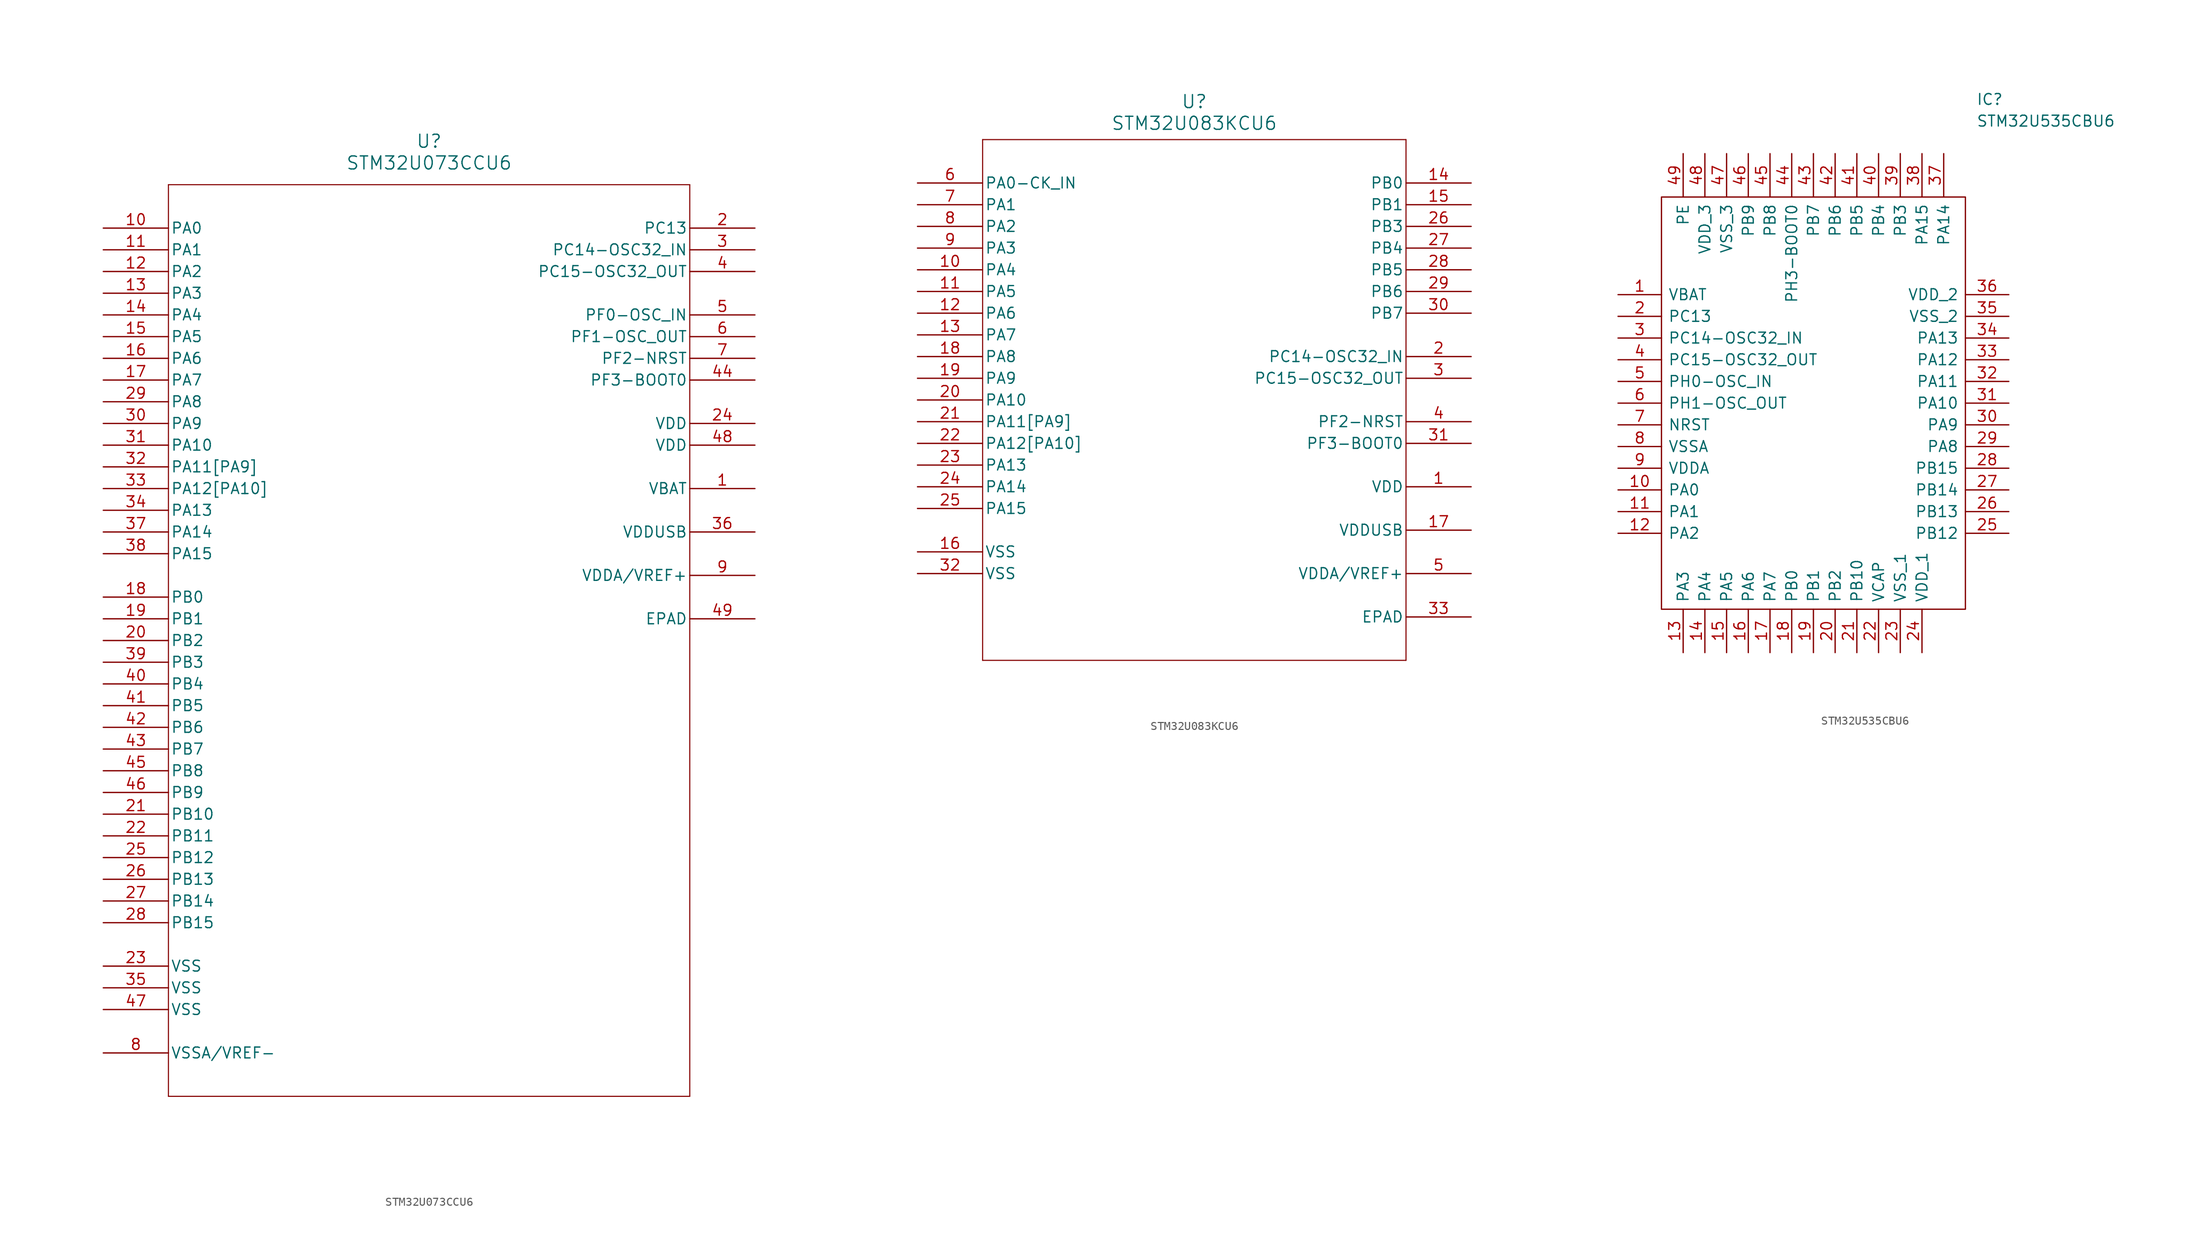
<source format=kicad_sym>
(kicad_symbol_lib
  (version 20241209)
  (generator "kicad_symbol_editor")
  (generator_version "9.0")
  (symbol "STM32U073CCU6"
    (pin_names
      (offset 0.254))
    (property "Reference" "U"
      (at 38.1 10.16 0)
      (effects (font (size 1.524 1.524))))
    (property "Value" "STM32U073CCU6"
      (at 38.1 7.62 0)
      (effects (font (size 1.524 1.524))))
    (symbol "STM32U073CCU6_0_1"
      (polyline (pts (xy 7.62 5.08) (xy 7.62 -101.6)) (stroke (width 0.127) (type default)) (fill (type none)))
      (polyline (pts (xy 7.62 -101.6) (xy 68.58 -101.6)) (stroke (width 0.127) (type default)) (fill (type none)))
      (polyline (pts (xy 68.58 5.08) (xy 7.62 5.08)) (stroke (width 0.127) (type default)) (fill (type none)))
      (polyline (pts (xy 68.58 -101.6) (xy 68.58 5.08)) (stroke (width 0.127) (type default)) (fill (type none)))
      (pin bidirectional line (at 0 0 0) (length 7.62) (name "PA0" (effects (font (size 1.27 1.27)))) (number "10" (effects (font (size 1.27 1.27)))))
      (pin bidirectional line (at 0 -2.54 0) (length 7.62) (name "PA1" (effects (font (size 1.27 1.27)))) (number "11" (effects (font (size 1.27 1.27)))))
      (pin bidirectional line (at 0 -5.08 0) (length 7.62) (name "PA2" (effects (font (size 1.27 1.27)))) (number "12" (effects (font (size 1.27 1.27)))))
      (pin bidirectional line (at 0 -7.62 0) (length 7.62) (name "PA3" (effects (font (size 1.27 1.27)))) (number "13" (effects (font (size 1.27 1.27)))))
      (pin bidirectional line (at 0 -10.16 0) (length 7.62) (name "PA4" (effects (font (size 1.27 1.27)))) (number "14" (effects (font (size 1.27 1.27)))))
      (pin bidirectional line (at 0 -12.7 0) (length 7.62) (name "PA5" (effects (font (size 1.27 1.27)))) (number "15" (effects (font (size 1.27 1.27)))))
      (pin bidirectional line (at 0 -15.24 0) (length 7.62) (name "PA6" (effects (font (size 1.27 1.27)))) (number "16" (effects (font (size 1.27 1.27)))))
      (pin bidirectional line (at 0 -17.78 0) (length 7.62) (name "PA7" (effects (font (size 1.27 1.27)))) (number "17" (effects (font (size 1.27 1.27)))))
      (pin bidirectional line (at 0 -20.32 0) (length 7.62) (name "PA8" (effects (font (size 1.27 1.27)))) (number "29" (effects (font (size 1.27 1.27)))))
      (pin bidirectional line (at 0 -22.86 0) (length 7.62) (name "PA9" (effects (font (size 1.27 1.27)))) (number "30" (effects (font (size 1.27 1.27)))))
      (pin bidirectional line (at 0 -25.4 0) (length 7.62) (name "PA10" (effects (font (size 1.27 1.27)))) (number "31" (effects (font (size 1.27 1.27)))))
      (pin bidirectional line (at 0 -27.94 0) (length 7.62) (name "PA11[PA9]" (effects (font (size 1.27 1.27)))) (number "32" (effects (font (size 1.27 1.27)))))
      (pin bidirectional line (at 0 -30.48 0) (length 7.62) (name "PA12[PA10]" (effects (font (size 1.27 1.27)))) (number "33" (effects (font (size 1.27 1.27)))))
      (pin bidirectional line (at 0 -33.02 0) (length 7.62) (name "PA13" (effects (font (size 1.27 1.27)))) (number "34" (effects (font (size 1.27 1.27)))))
      (pin bidirectional line (at 0 -35.56 0) (length 7.62) (name "PA14" (effects (font (size 1.27 1.27)))) (number "37" (effects (font (size 1.27 1.27)))))
      (pin bidirectional line (at 0 -38.1 0) (length 7.62) (name "PA15" (effects (font (size 1.27 1.27)))) (number "38" (effects (font (size 1.27 1.27)))))
      (pin bidirectional line (at 0 -43.18 0) (length 7.62) (name "PB0" (effects (font (size 1.27 1.27)))) (number "18" (effects (font (size 1.27 1.27)))))
      (pin bidirectional line (at 0 -45.72 0) (length 7.62) (name "PB1" (effects (font (size 1.27 1.27)))) (number "19" (effects (font (size 1.27 1.27)))))
      (pin bidirectional line (at 0 -48.26 0) (length 7.62) (name "PB2" (effects (font (size 1.27 1.27)))) (number "20" (effects (font (size 1.27 1.27)))))
      (pin bidirectional line (at 0 -50.8 0) (length 7.62) (name "PB3" (effects (font (size 1.27 1.27)))) (number "39" (effects (font (size 1.27 1.27)))))
      (pin bidirectional line (at 0 -53.34 0) (length 7.62) (name "PB4" (effects (font (size 1.27 1.27)))) (number "40" (effects (font (size 1.27 1.27)))))
      (pin bidirectional line (at 0 -55.88 0) (length 7.62) (name "PB5" (effects (font (size 1.27 1.27)))) (number "41" (effects (font (size 1.27 1.27)))))
      (pin bidirectional line (at 0 -58.42 0) (length 7.62) (name "PB6" (effects (font (size 1.27 1.27)))) (number "42" (effects (font (size 1.27 1.27)))))
      (pin bidirectional line (at 0 -60.96 0) (length 7.62) (name "PB7" (effects (font (size 1.27 1.27)))) (number "43" (effects (font (size 1.27 1.27)))))
      (pin bidirectional line (at 0 -63.5 0) (length 7.62) (name "PB8" (effects (font (size 1.27 1.27)))) (number "45" (effects (font (size 1.27 1.27)))))
      (pin bidirectional line (at 0 -66.04 0) (length 7.62) (name "PB9" (effects (font (size 1.27 1.27)))) (number "46" (effects (font (size 1.27 1.27)))))
      (pin bidirectional line (at 0 -68.58 0) (length 7.62) (name "PB10" (effects (font (size 1.27 1.27)))) (number "21" (effects (font (size 1.27 1.27)))))
      (pin bidirectional line (at 0 -71.12 0) (length 7.62) (name "PB11" (effects (font (size 1.27 1.27)))) (number "22" (effects (font (size 1.27 1.27)))))
      (pin bidirectional line (at 0 -73.66 0) (length 7.62) (name "PB12" (effects (font (size 1.27 1.27)))) (number "25" (effects (font (size 1.27 1.27)))))
      (pin bidirectional line (at 0 -76.2 0) (length 7.62) (name "PB13" (effects (font (size 1.27 1.27)))) (number "26" (effects (font (size 1.27 1.27)))))
      (pin bidirectional line (at 0 -78.74 0) (length 7.62) (name "PB14" (effects (font (size 1.27 1.27)))) (number "27" (effects (font (size 1.27 1.27)))))
      (pin bidirectional line (at 0 -81.28 0) (length 7.62) (name "PB15" (effects (font (size 1.27 1.27)))) (number "28" (effects (font (size 1.27 1.27)))))
      (pin power_in line (at 0 -86.36 0) (length 7.62) (name "VSS" (effects (font (size 1.27 1.27)))) (number "23" (effects (font (size 1.27 1.27)))))
      (pin power_in line (at 0 -88.9 0) (length 7.62) (name "VSS" (effects (font (size 1.27 1.27)))) (number "35" (effects (font (size 1.27 1.27)))))
      (pin power_in line (at 0 -91.44 0) (length 7.62) (name "VSS" (effects (font (size 1.27 1.27)))) (number "47" (effects (font (size 1.27 1.27)))))
      (pin power_in line (at 0 -96.52 0) (length 7.62) (name "VSSA/VREF-" (effects (font (size 1.27 1.27)))) (number "8" (effects (font (size 1.27 1.27)))))
      (pin bidirectional line (at 76.2 0 180) (length 7.62) (name "PC13" (effects (font (size 1.27 1.27)))) (number "2" (effects (font (size 1.27 1.27)))))
      (pin bidirectional line (at 76.2 -2.54 180) (length 7.62) (name "PC14-OSC32_IN" (effects (font (size 1.27 1.27)))) (number "3" (effects (font (size 1.27 1.27)))))
      (pin bidirectional line (at 76.2 -5.08 180) (length 7.62) (name "PC15-OSC32_OUT" (effects (font (size 1.27 1.27)))) (number "4" (effects (font (size 1.27 1.27)))))
      (pin bidirectional line (at 76.2 -10.16 180) (length 7.62) (name "PF0-OSC_IN" (effects (font (size 1.27 1.27)))) (number "5" (effects (font (size 1.27 1.27)))))
      (pin bidirectional line (at 76.2 -12.7 180) (length 7.62) (name "PF1-OSC_OUT" (effects (font (size 1.27 1.27)))) (number "6" (effects (font (size 1.27 1.27)))))
      (pin bidirectional line (at 76.2 -15.24 180) (length 7.62) (name "PF2-NRST" (effects (font (size 1.27 1.27)))) (number "7" (effects (font (size 1.27 1.27)))))
      (pin bidirectional line (at 76.2 -17.78 180) (length 7.62) (name "PF3-BOOT0" (effects (font (size 1.27 1.27)))) (number "44" (effects (font (size 1.27 1.27)))))
      (pin power_in line (at 76.2 -22.86 180) (length 7.62) (name "VDD" (effects (font (size 1.27 1.27)))) (number "24" (effects (font (size 1.27 1.27)))))
      (pin power_in line (at 76.2 -25.4 180) (length 7.62) (name "VDD" (effects (font (size 1.27 1.27)))) (number "48" (effects (font (size 1.27 1.27)))))
      (pin power_in line (at 76.2 -30.48 180) (length 7.62) (name "VBAT" (effects (font (size 1.27 1.27)))) (number "1" (effects (font (size 1.27 1.27)))))
      (pin power_in line (at 76.2 -35.56 180) (length 7.62) (name "VDDUSB" (effects (font (size 1.27 1.27)))) (number "36" (effects (font (size 1.27 1.27)))))
      (pin power_in line (at 76.2 -40.64 180) (length 7.62) (name "VDDA/VREF+" (effects (font (size 1.27 1.27)))) (number "9" (effects (font (size 1.27 1.27)))))
      (pin unspecified line (at 76.2 -45.72 180) (length 7.62) (name "EPAD" (effects (font (size 1.27 1.27)))) (number "49" (effects (font (size 1.27 1.27)))))))
  (symbol "STM32U083KCU6"
    (pin_names
      (offset 0.254))
    (property "Reference" "U"
      (at 32.385 9.525 0)
      (effects (font (size 1.524 1.524))))
    (property "Value" "STM32U083KCU6"
      (at 32.385 6.985 0)
      (effects (font (size 1.524 1.524))))
    (symbol "STM32U083KCU6_0_1"
      (polyline (pts (xy 7.62 5.08) (xy 7.62 -55.88)) (stroke (width 0.127) (type default)) (fill (type none)))
      (polyline (pts (xy 7.62 -55.88) (xy 57.15 -55.88)) (stroke (width 0.127) (type default)) (fill (type none)))
      (polyline (pts (xy 57.15 5.08) (xy 7.62 5.08)) (stroke (width 0.127) (type default)) (fill (type none)))
      (polyline (pts (xy 57.15 -55.88) (xy 57.15 5.08)) (stroke (width 0.127) (type default)) (fill (type none)))
      (pin bidirectional line (at 0 0 0) (length 7.62) (name "PA0-CK_IN" (effects (font (size 1.27 1.27)))) (number "6" (effects (font (size 1.27 1.27)))))
      (pin bidirectional line (at 0 -2.54 0) (length 7.62) (name "PA1" (effects (font (size 1.27 1.27)))) (number "7" (effects (font (size 1.27 1.27)))))
      (pin bidirectional line (at 0 -5.08 0) (length 7.62) (name "PA2" (effects (font (size 1.27 1.27)))) (number "8" (effects (font (size 1.27 1.27)))))
      (pin bidirectional line (at 0 -7.62 0) (length 7.62) (name "PA3" (effects (font (size 1.27 1.27)))) (number "9" (effects (font (size 1.27 1.27)))))
      (pin bidirectional line (at 0 -10.16 0) (length 7.62) (name "PA4" (effects (font (size 1.27 1.27)))) (number "10" (effects (font (size 1.27 1.27)))))
      (pin bidirectional line (at 0 -12.7 0) (length 7.62) (name "PA5" (effects (font (size 1.27 1.27)))) (number "11" (effects (font (size 1.27 1.27)))))
      (pin bidirectional line (at 0 -15.24 0) (length 7.62) (name "PA6" (effects (font (size 1.27 1.27)))) (number "12" (effects (font (size 1.27 1.27)))))
      (pin bidirectional line (at 0 -17.78 0) (length 7.62) (name "PA7" (effects (font (size 1.27 1.27)))) (number "13" (effects (font (size 1.27 1.27)))))
      (pin bidirectional line (at 0 -20.32 0) (length 7.62) (name "PA8" (effects (font (size 1.27 1.27)))) (number "18" (effects (font (size 1.27 1.27)))))
      (pin bidirectional line (at 0 -22.86 0) (length 7.62) (name "PA9" (effects (font (size 1.27 1.27)))) (number "19" (effects (font (size 1.27 1.27)))))
      (pin bidirectional line (at 0 -25.4 0) (length 7.62) (name "PA10" (effects (font (size 1.27 1.27)))) (number "20" (effects (font (size 1.27 1.27)))))
      (pin bidirectional line (at 0 -27.94 0) (length 7.62) (name "PA11[PA9]" (effects (font (size 1.27 1.27)))) (number "21" (effects (font (size 1.27 1.27)))))
      (pin bidirectional line (at 0 -30.48 0) (length 7.62) (name "PA12[PA10]" (effects (font (size 1.27 1.27)))) (number "22" (effects (font (size 1.27 1.27)))))
      (pin bidirectional line (at 0 -33.02 0) (length 7.62) (name "PA13" (effects (font (size 1.27 1.27)))) (number "23" (effects (font (size 1.27 1.27)))))
      (pin bidirectional line (at 0 -35.56 0) (length 7.62) (name "PA14" (effects (font (size 1.27 1.27)))) (number "24" (effects (font (size 1.27 1.27)))))
      (pin bidirectional line (at 0 -38.1 0) (length 7.62) (name "PA15" (effects (font (size 1.27 1.27)))) (number "25" (effects (font (size 1.27 1.27)))))
      (pin power_in line (at 0 -43.18 0) (length 7.62) (name "VSS" (effects (font (size 1.27 1.27)))) (number "16" (effects (font (size 1.27 1.27)))))
      (pin power_in line (at 0 -45.72 0) (length 7.62) (name "VSS" (effects (font (size 1.27 1.27)))) (number "32" (effects (font (size 1.27 1.27)))))
      (pin bidirectional line (at 64.77 0 180) (length 7.62) (name "PB0" (effects (font (size 1.27 1.27)))) (number "14" (effects (font (size 1.27 1.27)))))
      (pin bidirectional line (at 64.77 -2.54 180) (length 7.62) (name "PB1" (effects (font (size 1.27 1.27)))) (number "15" (effects (font (size 1.27 1.27)))))
      (pin bidirectional line (at 64.77 -5.08 180) (length 7.62) (name "PB3" (effects (font (size 1.27 1.27)))) (number "26" (effects (font (size 1.27 1.27)))))
      (pin bidirectional line (at 64.77 -7.62 180) (length 7.62) (name "PB4" (effects (font (size 1.27 1.27)))) (number "27" (effects (font (size 1.27 1.27)))))
      (pin bidirectional line (at 64.77 -10.16 180) (length 7.62) (name "PB5" (effects (font (size 1.27 1.27)))) (number "28" (effects (font (size 1.27 1.27)))))
      (pin bidirectional line (at 64.77 -12.7 180) (length 7.62) (name "PB6" (effects (font (size 1.27 1.27)))) (number "29" (effects (font (size 1.27 1.27)))))
      (pin bidirectional line (at 64.77 -15.24 180) (length 7.62) (name "PB7" (effects (font (size 1.27 1.27)))) (number "30" (effects (font (size 1.27 1.27)))))
      (pin bidirectional line (at 64.77 -20.32 180) (length 7.62) (name "PC14-OSC32_IN" (effects (font (size 1.27 1.27)))) (number "2" (effects (font (size 1.27 1.27)))))
      (pin bidirectional line (at 64.77 -22.86 180) (length 7.62) (name "PC15-OSC32_OUT" (effects (font (size 1.27 1.27)))) (number "3" (effects (font (size 1.27 1.27)))))
      (pin bidirectional line (at 64.77 -27.94 180) (length 7.62) (name "PF2-NRST" (effects (font (size 1.27 1.27)))) (number "4" (effects (font (size 1.27 1.27)))))
      (pin bidirectional line (at 64.77 -30.48 180) (length 7.62) (name "PF3-BOOT0" (effects (font (size 1.27 1.27)))) (number "31" (effects (font (size 1.27 1.27)))))
      (pin power_in line (at 64.77 -35.56 180) (length 7.62) (name "VDD" (effects (font (size 1.27 1.27)))) (number "1" (effects (font (size 1.27 1.27)))))
      (pin power_in line (at 64.77 -40.64 180) (length 7.62) (name "VDDUSB" (effects (font (size 1.27 1.27)))) (number "17" (effects (font (size 1.27 1.27)))))
      (pin power_in line (at 64.77 -45.72 180) (length 7.62) (name "VDDA/VREF+" (effects (font (size 1.27 1.27)))) (number "5" (effects (font (size 1.27 1.27)))))
      (pin unspecified line (at 64.77 -50.8 180) (length 7.62) (name "EPAD" (effects (font (size 1.27 1.27)))) (number "33" (effects (font (size 1.27 1.27)))))))
  (symbol "STM32U535CBU6"
    (pin_names
      (offset 0.762))
    (property "Reference" "IC"
      (at 41.91 22.86 0)
      (effects (font (size 1.27 1.27)) (justify left)))
    (property "Value" "STM32U535CBU6"
      (at 41.91 20.32 0)
      (effects (font (size 1.27 1.27)) (justify left)))
    (symbol "STM32U535CBU6_0_0"
      (pin passive line (at 0 0 0) (length 5.08) (name "VBAT" (effects (font (size 1.27 1.27)))) (number "1" (effects (font (size 1.27 1.27)))))
      (pin passive line (at 0 -2.54 0) (length 5.08) (name "PC13" (effects (font (size 1.27 1.27)))) (number "2" (effects (font (size 1.27 1.27)))))
      (pin passive line (at 0 -5.08 0) (length 5.08) (name "PC14-OSC32_IN" (effects (font (size 1.27 1.27)))) (number "3" (effects (font (size 1.27 1.27)))))
      (pin passive line (at 0 -7.62 0) (length 5.08) (name "PC15-OSC32_OUT" (effects (font (size 1.27 1.27)))) (number "4" (effects (font (size 1.27 1.27)))))
      (pin passive line (at 0 -10.16 0) (length 5.08) (name "PH0-OSC_IN" (effects (font (size 1.27 1.27)))) (number "5" (effects (font (size 1.27 1.27)))))
      (pin passive line (at 0 -12.7 0) (length 5.08) (name "PH1-OSC_OUT" (effects (font (size 1.27 1.27)))) (number "6" (effects (font (size 1.27 1.27)))))
      (pin passive line (at 0 -15.24 0) (length 5.08) (name "NRST" (effects (font (size 1.27 1.27)))) (number "7" (effects (font (size 1.27 1.27)))))
      (pin passive line (at 0 -17.78 0) (length 5.08) (name "VSSA" (effects (font (size 1.27 1.27)))) (number "8" (effects (font (size 1.27 1.27)))))
      (pin passive line (at 0 -20.32 0) (length 5.08) (name "VDDA" (effects (font (size 1.27 1.27)))) (number "9" (effects (font (size 1.27 1.27)))))
      (pin passive line (at 0 -22.86 0) (length 5.08) (name "PA0" (effects (font (size 1.27 1.27)))) (number "10" (effects (font (size 1.27 1.27)))))
      (pin passive line (at 0 -25.4 0) (length 5.08) (name "PA1" (effects (font (size 1.27 1.27)))) (number "11" (effects (font (size 1.27 1.27)))))
      (pin passive line (at 0 -27.94 0) (length 5.08) (name "PA2" (effects (font (size 1.27 1.27)))) (number "12" (effects (font (size 1.27 1.27)))))
      (pin passive line (at 7.62 16.51 270) (length 5.08) (name "PE" (effects (font (size 1.27 1.27)))) (number "49" (effects (font (size 1.27 1.27)))))
      (pin passive line (at 7.62 -41.91 90) (length 5.08) (name "PA3" (effects (font (size 1.27 1.27)))) (number "13" (effects (font (size 1.27 1.27)))))
      (pin passive line (at 10.16 16.51 270) (length 5.08) (name "VDD_3" (effects (font (size 1.27 1.27)))) (number "48" (effects (font (size 1.27 1.27)))))
      (pin passive line (at 10.16 -41.91 90) (length 5.08) (name "PA4" (effects (font (size 1.27 1.27)))) (number "14" (effects (font (size 1.27 1.27)))))
      (pin passive line (at 12.7 16.51 270) (length 5.08) (name "VSS_3" (effects (font (size 1.27 1.27)))) (number "47" (effects (font (size 1.27 1.27)))))
      (pin passive line (at 12.7 -41.91 90) (length 5.08) (name "PA5" (effects (font (size 1.27 1.27)))) (number "15" (effects (font (size 1.27 1.27)))))
      (pin passive line (at 15.24 16.51 270) (length 5.08) (name "PB9" (effects (font (size 1.27 1.27)))) (number "46" (effects (font (size 1.27 1.27)))))
      (pin passive line (at 15.24 -41.91 90) (length 5.08) (name "PA6" (effects (font (size 1.27 1.27)))) (number "16" (effects (font (size 1.27 1.27)))))
      (pin passive line (at 17.78 16.51 270) (length 5.08) (name "PB8" (effects (font (size 1.27 1.27)))) (number "45" (effects (font (size 1.27 1.27)))))
      (pin passive line (at 17.78 -41.91 90) (length 5.08) (name "PA7" (effects (font (size 1.27 1.27)))) (number "17" (effects (font (size 1.27 1.27)))))
      (pin passive line (at 20.32 16.51 270) (length 5.08) (name "PH3-BOOT0" (effects (font (size 1.27 1.27)))) (number "44" (effects (font (size 1.27 1.27)))))
      (pin passive line (at 20.32 -41.91 90) (length 5.08) (name "PB0" (effects (font (size 1.27 1.27)))) (number "18" (effects (font (size 1.27 1.27)))))
      (pin passive line (at 22.86 16.51 270) (length 5.08) (name "PB7" (effects (font (size 1.27 1.27)))) (number "43" (effects (font (size 1.27 1.27)))))
      (pin passive line (at 22.86 -41.91 90) (length 5.08) (name "PB1" (effects (font (size 1.27 1.27)))) (number "19" (effects (font (size 1.27 1.27)))))
      (pin passive line (at 25.4 16.51 270) (length 5.08) (name "PB6" (effects (font (size 1.27 1.27)))) (number "42" (effects (font (size 1.27 1.27)))))
      (pin passive line (at 25.4 -41.91 90) (length 5.08) (name "PB2" (effects (font (size 1.27 1.27)))) (number "20" (effects (font (size 1.27 1.27)))))
      (pin passive line (at 27.94 16.51 270) (length 5.08) (name "PB5" (effects (font (size 1.27 1.27)))) (number "41" (effects (font (size 1.27 1.27)))))
      (pin passive line (at 27.94 -41.91 90) (length 5.08) (name "PB10" (effects (font (size 1.27 1.27)))) (number "21" (effects (font (size 1.27 1.27)))))
      (pin passive line (at 30.48 16.51 270) (length 5.08) (name "PB4" (effects (font (size 1.27 1.27)))) (number "40" (effects (font (size 1.27 1.27)))))
      (pin passive line (at 30.48 -41.91 90) (length 5.08) (name "VCAP" (effects (font (size 1.27 1.27)))) (number "22" (effects (font (size 1.27 1.27)))))
      (pin passive line (at 33.02 16.51 270) (length 5.08) (name "PB3" (effects (font (size 1.27 1.27)))) (number "39" (effects (font (size 1.27 1.27)))))
      (pin passive line (at 33.02 -41.91 90) (length 5.08) (name "VSS_1" (effects (font (size 1.27 1.27)))) (number "23" (effects (font (size 1.27 1.27)))))
      (pin passive line (at 35.56 16.51 270) (length 5.08) (name "PA15" (effects (font (size 1.27 1.27)))) (number "38" (effects (font (size 1.27 1.27)))))
      (pin passive line (at 35.56 -41.91 90) (length 5.08) (name "VDD_1" (effects (font (size 1.27 1.27)))) (number "24" (effects (font (size 1.27 1.27)))))
      (pin passive line (at 38.1 16.51 270) (length 5.08) (name "PA14" (effects (font (size 1.27 1.27)))) (number "37" (effects (font (size 1.27 1.27)))))
      (pin passive line (at 45.72 0 180) (length 5.08) (name "VDD_2" (effects (font (size 1.27 1.27)))) (number "36" (effects (font (size 1.27 1.27)))))
      (pin passive line (at 45.72 -2.54 180) (length 5.08) (name "VSS_2" (effects (font (size 1.27 1.27)))) (number "35" (effects (font (size 1.27 1.27)))))
      (pin passive line (at 45.72 -5.08 180) (length 5.08) (name "PA13" (effects (font (size 1.27 1.27)))) (number "34" (effects (font (size 1.27 1.27)))))
      (pin passive line (at 45.72 -7.62 180) (length 5.08) (name "PA12" (effects (font (size 1.27 1.27)))) (number "33" (effects (font (size 1.27 1.27)))))
      (pin passive line (at 45.72 -10.16 180) (length 5.08) (name "PA11" (effects (font (size 1.27 1.27)))) (number "32" (effects (font (size 1.27 1.27)))))
      (pin passive line (at 45.72 -12.7 180) (length 5.08) (name "PA10" (effects (font (size 1.27 1.27)))) (number "31" (effects (font (size 1.27 1.27)))))
      (pin passive line (at 45.72 -15.24 180) (length 5.08) (name "PA9" (effects (font (size 1.27 1.27)))) (number "30" (effects (font (size 1.27 1.27)))))
      (pin passive line (at 45.72 -17.78 180) (length 5.08) (name "PA8" (effects (font (size 1.27 1.27)))) (number "29" (effects (font (size 1.27 1.27)))))
      (pin passive line (at 45.72 -20.32 180) (length 5.08) (name "PB15" (effects (font (size 1.27 1.27)))) (number "28" (effects (font (size 1.27 1.27)))))
      (pin passive line (at 45.72 -22.86 180) (length 5.08) (name "PB14" (effects (font (size 1.27 1.27)))) (number "27" (effects (font (size 1.27 1.27)))))
      (pin passive line (at 45.72 -25.4 180) (length 5.08) (name "PB13" (effects (font (size 1.27 1.27)))) (number "26" (effects (font (size 1.27 1.27)))))
      (pin passive line (at 45.72 -27.94 180) (length 5.08) (name "PB12" (effects (font (size 1.27 1.27)))) (number "25" (effects (font (size 1.27 1.27))))))
    (symbol "STM32U535CBU6_0_1"
      (polyline (pts (xy 5.08 11.43) (xy 40.64 11.43) (xy 40.64 -36.83) (xy 5.08 -36.83) (xy 5.08 11.43)) (stroke (width 0.152) (type solid)) (fill (type none))))))
</source>
